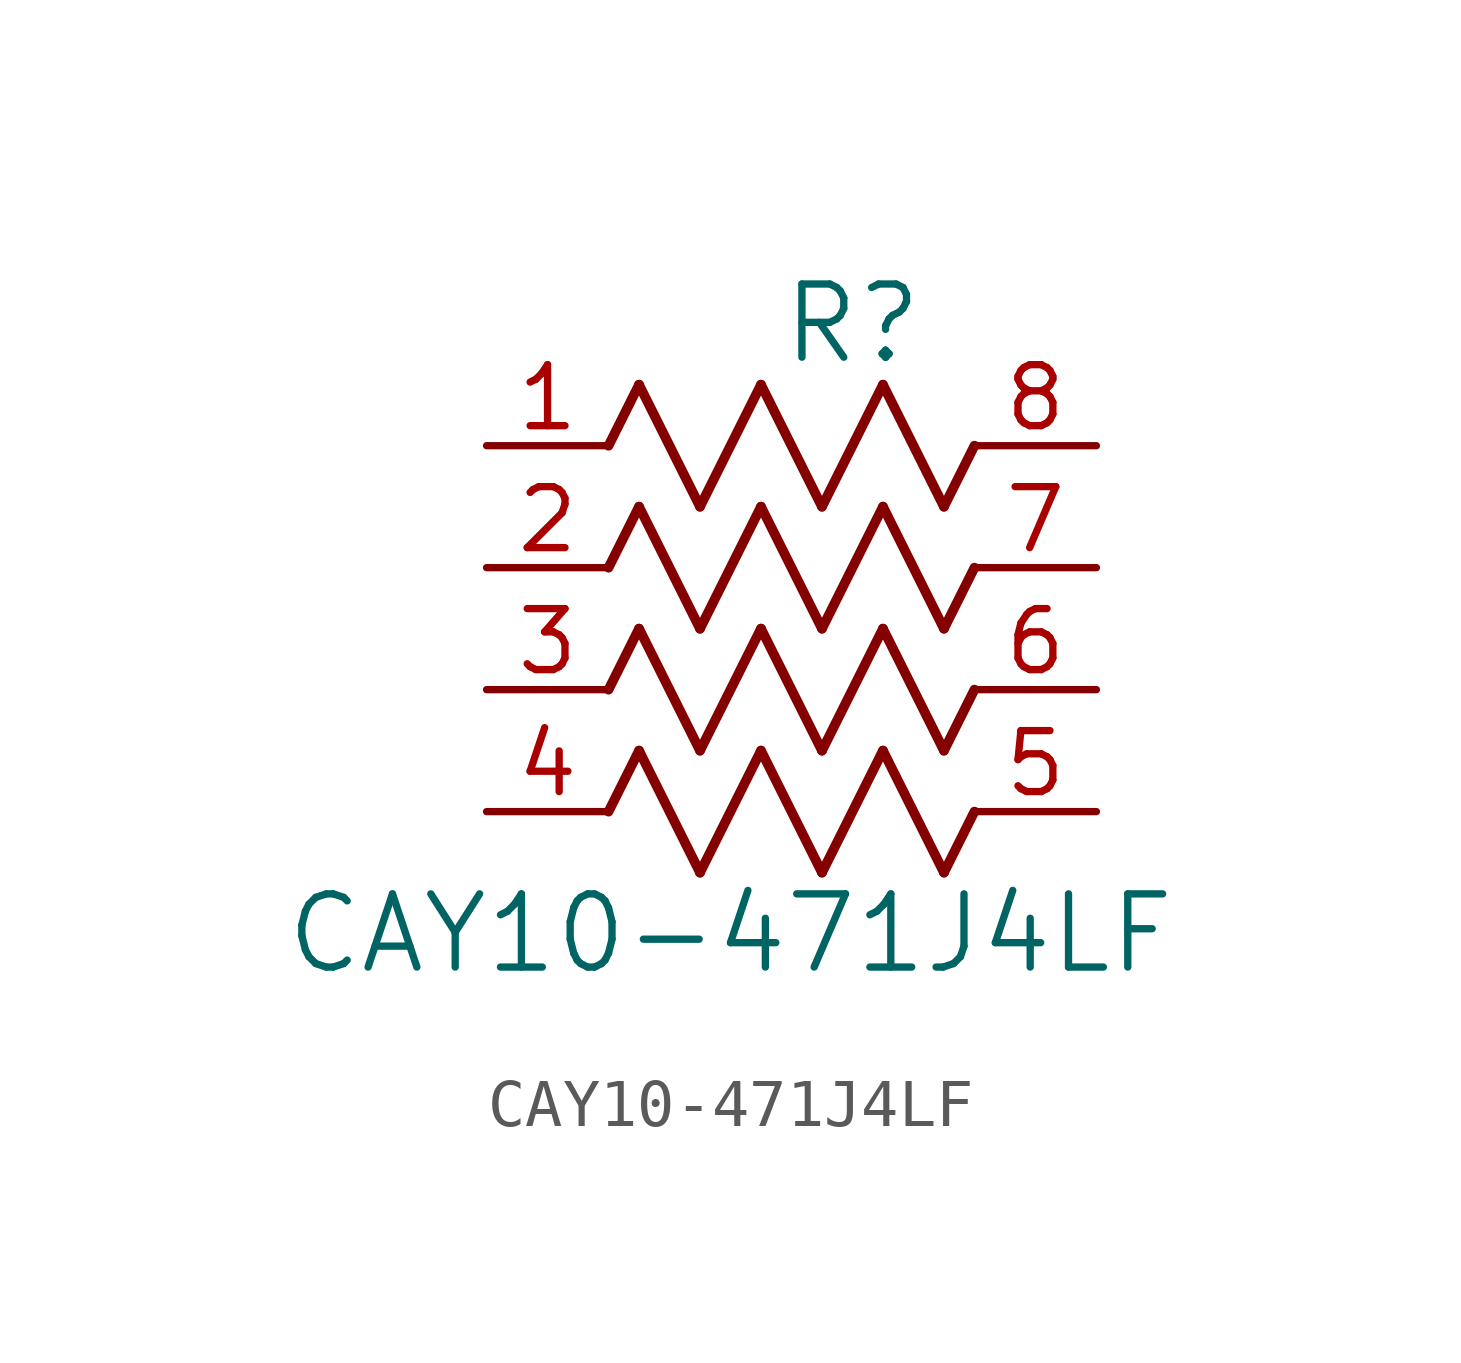
<source format=kicad_sym>
(kicad_symbol_lib
  (version 20211014)
  (generator kicad_symbol_editor)
  (symbol "CAY10-471J4LF"
    (pin_names
      (offset 0.254))
    (property "Reference" "R"
      (at 7.62 2.54 0)
      (effects (font (size 1.524 1.524))))
    (property "Value" "CAY10-471J4LF"
      (at 5.08 -10.16 0)
      (effects (font (size 1.524 1.524))))
    (symbol "CAY10-471J4LF_0_1"
      (polyline (pts (xy 3.175 1.27) (xy 4.445 -1.27)) (stroke (width 0.203) (type default) (color 0 0 0 0)) (fill (type none)))
      (polyline (pts (xy 4.445 -1.27) (xy 5.715 1.27)) (stroke (width 0.203) (type default) (color 0 0 0 0)) (fill (type none)))
      (polyline (pts (xy 5.715 1.27) (xy 6.985 -1.27)) (stroke (width 0.203) (type default) (color 0 0 0 0)) (fill (type none)))
      (polyline (pts (xy 6.985 -1.27) (xy 8.255 1.27)) (stroke (width 0.203) (type default) (color 0 0 0 0)) (fill (type none)))
      (polyline (pts (xy 8.255 1.27) (xy 9.525 -1.27)) (stroke (width 0.203) (type default) (color 0 0 0 0)) (fill (type none)))
      (polyline (pts (xy 2.54 0) (xy 3.175 1.27)) (stroke (width 0.203) (type default) (color 0 0 0 0)) (fill (type none)))
      (polyline (pts (xy 9.525 -1.27) (xy 10.16 0)) (stroke (width 0.203) (type default) (color 0 0 0 0)) (fill (type none)))
      (polyline (pts (xy 3.175 -1.27) (xy 4.445 -3.81)) (stroke (width 0.203) (type default) (color 0 0 0 0)) (fill (type none)))
      (polyline (pts (xy 4.445 -3.81) (xy 5.715 -1.27)) (stroke (width 0.203) (type default) (color 0 0 0 0)) (fill (type none)))
      (polyline (pts (xy 5.715 -1.27) (xy 6.985 -3.81)) (stroke (width 0.203) (type default) (color 0 0 0 0)) (fill (type none)))
      (polyline (pts (xy 6.985 -3.81) (xy 8.255 -1.27)) (stroke (width 0.203) (type default) (color 0 0 0 0)) (fill (type none)))
      (polyline (pts (xy 8.255 -1.27) (xy 9.525 -3.81)) (stroke (width 0.203) (type default) (color 0 0 0 0)) (fill (type none)))
      (polyline (pts (xy 2.54 -2.54) (xy 3.175 -1.27)) (stroke (width 0.203) (type default) (color 0 0 0 0)) (fill (type none)))
      (polyline (pts (xy 9.525 -3.81) (xy 10.16 -2.54)) (stroke (width 0.203) (type default) (color 0 0 0 0)) (fill (type none)))
      (polyline (pts (xy 3.175 -3.81) (xy 4.445 -6.35)) (stroke (width 0.203) (type default) (color 0 0 0 0)) (fill (type none)))
      (polyline (pts (xy 4.445 -6.35) (xy 5.715 -3.81)) (stroke (width 0.203) (type default) (color 0 0 0 0)) (fill (type none)))
      (polyline (pts (xy 5.715 -3.81) (xy 6.985 -6.35)) (stroke (width 0.203) (type default) (color 0 0 0 0)) (fill (type none)))
      (polyline (pts (xy 6.985 -6.35) (xy 8.255 -3.81)) (stroke (width 0.203) (type default) (color 0 0 0 0)) (fill (type none)))
      (polyline (pts (xy 8.255 -3.81) (xy 9.525 -6.35)) (stroke (width 0.203) (type default) (color 0 0 0 0)) (fill (type none)))
      (polyline (pts (xy 2.54 -5.08) (xy 3.175 -3.81)) (stroke (width 0.203) (type default) (color 0 0 0 0)) (fill (type none)))
      (polyline (pts (xy 9.525 -6.35) (xy 10.16 -5.08)) (stroke (width 0.203) (type default) (color 0 0 0 0)) (fill (type none)))
      (polyline (pts (xy 3.175 -6.35) (xy 4.445 -8.89)) (stroke (width 0.203) (type default) (color 0 0 0 0)) (fill (type none)))
      (polyline (pts (xy 4.445 -8.89) (xy 5.715 -6.35)) (stroke (width 0.203) (type default) (color 0 0 0 0)) (fill (type none)))
      (polyline (pts (xy 5.715 -6.35) (xy 6.985 -8.89)) (stroke (width 0.203) (type default) (color 0 0 0 0)) (fill (type none)))
      (polyline (pts (xy 6.985 -8.89) (xy 8.255 -6.35)) (stroke (width 0.203) (type default) (color 0 0 0 0)) (fill (type none)))
      (polyline (pts (xy 8.255 -6.35) (xy 9.525 -8.89)) (stroke (width 0.203) (type default) (color 0 0 0 0)) (fill (type none)))
      (polyline (pts (xy 2.54 -7.62) (xy 3.175 -6.35)) (stroke (width 0.203) (type default) (color 0 0 0 0)) (fill (type none)))
      (polyline (pts (xy 9.525 -8.89) (xy 10.16 -7.62)) (stroke (width 0.203) (type default) (color 0 0 0 0)) (fill (type none)))
      (pin unspecified line (at 0 0 0) (length 2.54) (name "" (effects (font (size 1.27 1.27)))) (number "1" (effects (font (size 1.27 1.27)))))
      (pin unspecified line (at 12.7 0 180) (length 2.54) (name "" (effects (font (size 1.27 1.27)))) (number "8" (effects (font (size 1.27 1.27)))))
      (pin unspecified line (at 0 -2.54 0) (length 2.54) (name "" (effects (font (size 1.27 1.27)))) (number "2" (effects (font (size 1.27 1.27)))))
      (pin unspecified line (at 12.7 -2.54 180) (length 2.54) (name "" (effects (font (size 1.27 1.27)))) (number "7" (effects (font (size 1.27 1.27)))))
      (pin unspecified line (at 0 -5.08 0) (length 2.54) (name "" (effects (font (size 1.27 1.27)))) (number "3" (effects (font (size 1.27 1.27)))))
      (pin unspecified line (at 12.7 -5.08 180) (length 2.54) (name "" (effects (font (size 1.27 1.27)))) (number "6" (effects (font (size 1.27 1.27)))))
      (pin unspecified line (at 0 -7.62 0) (length 2.54) (name "" (effects (font (size 1.27 1.27)))) (number "4" (effects (font (size 1.27 1.27)))))
      (pin unspecified line (at 12.7 -7.62 180) (length 2.54) (name "" (effects (font (size 1.27 1.27)))) (number "5" (effects (font (size 1.27 1.27))))))))
</source>
